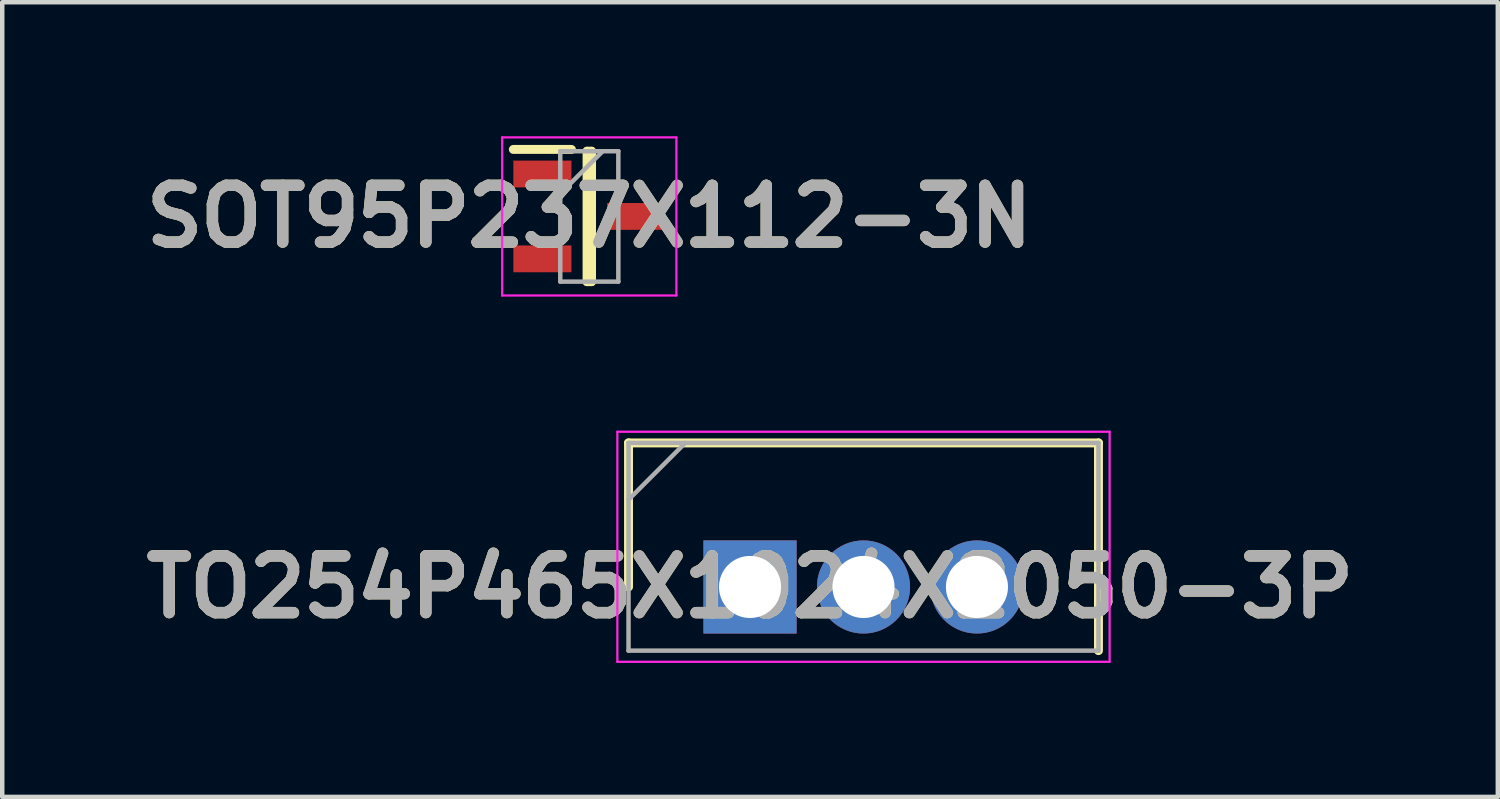
<source format=kicad_pcb>
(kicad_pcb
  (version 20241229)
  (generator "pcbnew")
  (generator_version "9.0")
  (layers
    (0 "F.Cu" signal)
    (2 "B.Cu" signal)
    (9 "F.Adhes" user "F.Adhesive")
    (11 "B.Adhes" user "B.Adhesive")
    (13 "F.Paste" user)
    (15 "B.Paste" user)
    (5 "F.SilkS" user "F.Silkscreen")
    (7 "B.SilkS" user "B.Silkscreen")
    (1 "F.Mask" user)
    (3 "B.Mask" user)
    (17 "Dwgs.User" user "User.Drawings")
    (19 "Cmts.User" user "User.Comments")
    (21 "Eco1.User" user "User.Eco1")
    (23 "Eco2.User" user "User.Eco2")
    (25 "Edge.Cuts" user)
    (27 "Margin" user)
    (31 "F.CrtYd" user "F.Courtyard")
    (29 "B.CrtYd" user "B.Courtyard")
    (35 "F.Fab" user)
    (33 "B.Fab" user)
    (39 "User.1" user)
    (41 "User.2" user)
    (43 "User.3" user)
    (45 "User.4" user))
  (footprint "SOT95P237X112-3N"
    (layer "F.Cu")
    (at 10.142 1.795)
    (property "Reference" "SOT95P237X112-3N" (at 0 0 0) (layer "F.SilkS") (effects (font (size 1.27 1.27) (thickness 0.254))))
    (attr smd)
    (fp_line (start -1.7 -1.5) (end -0.4 -1.5) (stroke (width 0.2) (type solid)) (layer "F.SilkS"))
    (fp_line (start -0.05 -1.46) (end 0.05 -1.46) (stroke (width 0.2) (type solid)) (layer "F.SilkS"))
    (fp_line (start -0.05 1.46) (end -0.05 -1.46) (stroke (width 0.2) (type solid)) (layer "F.SilkS"))
    (fp_line (start 0.05 -1.46) (end 0.05 1.46) (stroke (width 0.2) (type solid)) (layer "F.SilkS"))
    (fp_line (start 0.05 1.46) (end -0.05 1.46) (stroke (width 0.2) (type solid)) (layer "F.SilkS"))
    (fp_line (start -1.95 -1.77) (end 1.95 -1.77) (stroke (width 0.05) (type solid)) (layer "F.CrtYd"))
    (fp_line (start -1.95 1.77) (end -1.95 -1.77) (stroke (width 0.05) (type solid)) (layer "F.CrtYd"))
    (fp_line (start 1.95 -1.77) (end 1.95 1.77) (stroke (width 0.05) (type solid)) (layer "F.CrtYd"))
    (fp_line (start 1.95 1.77) (end -1.95 1.77) (stroke (width 0.05) (type solid)) (layer "F.CrtYd"))
    (fp_line (start -0.65 -1.46) (end 0.65 -1.46) (stroke (width 0.1) (type solid)) (layer "F.Fab"))
    (fp_line (start -0.65 -0.51) (end 0.3 -1.46) (stroke (width 0.1) (type solid)) (layer "F.Fab"))
    (fp_line (start -0.65 1.46) (end -0.65 -1.46) (stroke (width 0.1) (type solid)) (layer "F.Fab"))
    (fp_line (start 0.65 -1.46) (end 0.65 1.46) (stroke (width 0.1) (type solid)) (layer "F.Fab"))
    (fp_line (start 0.65 1.46) (end -0.65 1.46) (stroke (width 0.1) (type solid)) (layer "F.Fab"))
    (fp_text user "${REFERENCE}" (at 0 0 0) (layer "F.Fab") (effects (font (size 1.27 1.27) (thickness 0.254))))
    (pad "1" smd rect (at -1.05 -0.95 90) (size 0.6 1.3) (layers "F.Cu" "F.Mask" "F.Paste"))
    (pad "2" smd rect (at -1.05 0.95 90) (size 0.6 1.3) (layers "F.Cu" "F.Mask" "F.Paste"))
    (pad "3" smd rect (at 1.05 0 90) (size 0.6 1.3) (layers "F.Cu" "F.Mask" "F.Paste")))
  (footprint "TO254P465X1024X2050-3P"
    (layer "F.Cu")
    (at 13.74 10.09)
    (property "Reference" "TO254P465X1024X2050-3P" (at 0 0 0) (layer "F.SilkS") (effects (font (size 1.27 1.27) (thickness 0.254))))
    (attr through_hole)
    (fp_line (start -2.72 -3.225) (end -2.72 0) (stroke (width 0.2) (type solid)) (layer "F.SilkS"))
    (fp_line (start 7.8 -3.225) (end -2.72 -3.225) (stroke (width 0.2) (type solid)) (layer "F.SilkS"))
    (fp_line (start 7.8 1.425) (end 7.8 -3.225) (stroke (width 0.2) (type solid)) (layer "F.SilkS"))
    (fp_line (start -2.97 -3.475) (end 8.05 -3.475) (stroke (width 0.05) (type solid)) (layer "F.CrtYd"))
    (fp_line (start -2.97 1.675) (end -2.97 -3.475) (stroke (width 0.05) (type solid)) (layer "F.CrtYd"))
    (fp_line (start 8.05 -3.475) (end 8.05 1.675) (stroke (width 0.05) (type solid)) (layer "F.CrtYd"))
    (fp_line (start 8.05 1.675) (end -2.97 1.675) (stroke (width 0.05) (type solid)) (layer "F.CrtYd"))
    (fp_line (start -2.72 -3.225) (end 7.8 -3.225) (stroke (width 0.1) (type solid)) (layer "F.Fab"))
    (fp_line (start -2.72 -1.955) (end -1.45 -3.225) (stroke (width 0.1) (type solid)) (layer "F.Fab"))
    (fp_line (start -2.72 1.425) (end -2.72 -3.225) (stroke (width 0.1) (type solid)) (layer "F.Fab"))
    (fp_line (start 7.8 -3.225) (end 7.8 1.425) (stroke (width 0.1) (type solid)) (layer "F.Fab"))
    (fp_line (start 7.8 1.425) (end -2.72 1.425) (stroke (width 0.1) (type solid)) (layer "F.Fab"))
    (fp_text user "${REFERENCE}" (at 0 0 0) (layer "F.Fab") (effects (font (size 1.27 1.27) (thickness 0.254))))
    (pad "1" thru_hole rect (at 0 0) (size 2.085 2.085) (drill 1.39) (layers "*.Cu" "*.Mask"))
    (pad "2" thru_hole circle (at 2.54 0) (size 2.085 2.085) (drill 1.39) (layers "*.Cu" "*.Mask"))
    (pad "3" thru_hole circle (at 5.08 0) (size 2.085 2.085) (drill 1.39) (layers "*.Cu" "*.Mask")))
  (gr_rect
    (start -3 -3)
    (end 30.48 14.79)
    (stroke (width 0.1) (type default))
    (fill no)
    (layer "Edge.Cuts")))
</source>
